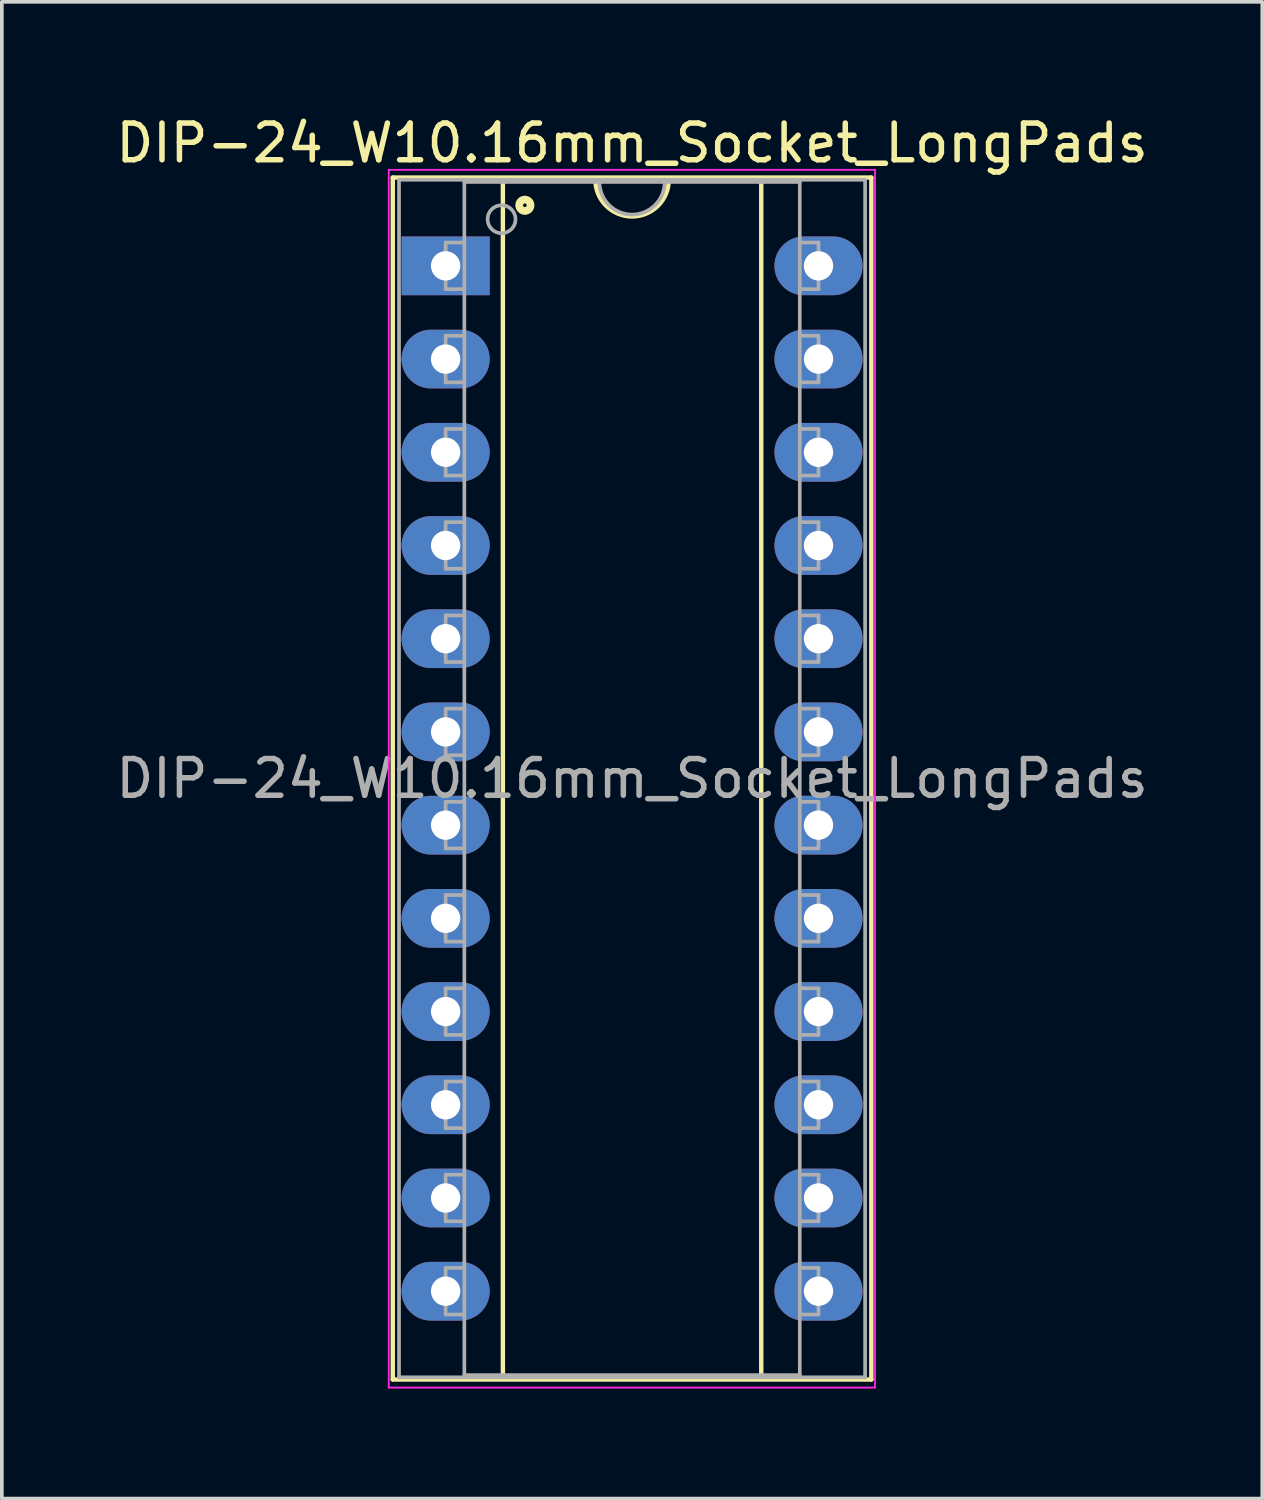
<source format=kicad_pcb>
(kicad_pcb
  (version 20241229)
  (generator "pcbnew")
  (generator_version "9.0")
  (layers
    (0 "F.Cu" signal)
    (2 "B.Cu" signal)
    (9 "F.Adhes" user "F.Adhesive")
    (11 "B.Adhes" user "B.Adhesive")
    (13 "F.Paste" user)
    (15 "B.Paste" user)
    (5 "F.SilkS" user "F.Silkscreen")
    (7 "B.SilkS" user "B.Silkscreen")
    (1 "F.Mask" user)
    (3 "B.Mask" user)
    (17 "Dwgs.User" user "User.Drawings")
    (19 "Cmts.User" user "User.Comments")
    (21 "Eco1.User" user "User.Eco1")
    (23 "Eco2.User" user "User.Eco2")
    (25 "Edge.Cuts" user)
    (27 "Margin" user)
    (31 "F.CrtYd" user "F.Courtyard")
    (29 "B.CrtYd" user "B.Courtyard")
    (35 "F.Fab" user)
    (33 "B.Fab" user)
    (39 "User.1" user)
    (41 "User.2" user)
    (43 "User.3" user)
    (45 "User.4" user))
  (footprint "DIP-24_W10.16mm_Socket_LongPads"
    (layer "F.Cu")
    (at 9.093 4.194)
    (property "Reference" "DIP-24_W10.16mm_Socket_LongPads" (at 5.08 -3.346 0) (layer "F.SilkS") (effects (font (size 1 1) (thickness 0.15))))
    (attr through_hole)
    (fp_line (start -1.44 -2.406) (end -1.44 30.346) (stroke (width 0.12) (type solid)) (layer "F.SilkS"))
    (fp_line (start -1.44 30.346) (end 11.6 30.346) (stroke (width 0.12) (type solid)) (layer "F.SilkS"))
    (fp_line (start 1.56 -2.346) (end 1.56 30.286) (stroke (width 0.12) (type solid)) (layer "F.SilkS"))
    (fp_line (start 1.56 30.286) (end 8.6 30.286) (stroke (width 0.12) (type solid)) (layer "F.SilkS"))
    (fp_line (start 4.08 -2.346) (end 1.56 -2.346) (stroke (width 0.12) (type solid)) (layer "F.SilkS"))
    (fp_line (start 8.6 -2.346) (end 6.08 -2.346) (stroke (width 0.12) (type solid)) (layer "F.SilkS"))
    (fp_line (start 8.6 30.286) (end 8.6 -2.346) (stroke (width 0.12) (type solid)) (layer "F.SilkS"))
    (fp_line (start 11.6 -2.406) (end -1.44 -2.406) (stroke (width 0.12) (type solid)) (layer "F.SilkS"))
    (fp_line (start 11.6 30.346) (end 11.6 -2.406) (stroke (width 0.12) (type solid)) (layer "F.SilkS"))
    (fp_arc (start 6.08 -2.346) (mid 5.08 -1.346) (end 4.08 -2.346) (stroke (width 0.12) (type solid)) (layer "F.SilkS"))
    (fp_circle (center 2.159 -1.651) (end 2.209 -1.651) (stroke (width 0.12) (type solid)) (fill no) (layer "F.SilkS"))
    (fp_circle (center 2.159 -1.651) (end 2.284 -1.651) (stroke (width 0.12) (type solid)) (fill no) (layer "F.SilkS"))
    (fp_circle (center 2.159 -1.651) (end 2.359 -1.651) (stroke (width 0.12) (type solid)) (fill no) (layer "F.SilkS"))
    (fp_line (start -1.55 -2.616) (end -1.55 30.566) (stroke (width 0.05) (type solid)) (layer "F.CrtYd"))
    (fp_line (start -1.55 30.566) (end 11.7 30.566) (stroke (width 0.05) (type solid)) (layer "F.CrtYd"))
    (fp_line (start 11.7 -2.616) (end -1.55 -2.616) (stroke (width 0.05) (type solid)) (layer "F.CrtYd"))
    (fp_line (start 11.7 30.566) (end 11.7 -2.616) (stroke (width 0.05) (type solid)) (layer "F.CrtYd"))
    (fp_line (start -1.27 -2.346) (end -1.27 30.286) (stroke (width 0.1) (type solid)) (layer "F.Fab"))
    (fp_line (start -1.27 30.286) (end 11.43 30.286) (stroke (width 0.1) (type solid)) (layer "F.Fab"))
    (fp_line (start 0 -0.635) (end 0 0.635) (stroke (width 0.1) (type solid)) (layer "F.Fab"))
    (fp_line (start 0 -0.635) (end 0.508 -0.635) (stroke (width 0.1) (type solid)) (layer "F.Fab"))
    (fp_line (start 0 0.635) (end 0.508 0.635) (stroke (width 0.1) (type solid)) (layer "F.Fab"))
    (fp_line (start 0 1.905) (end 0 3.175) (stroke (width 0.1) (type solid)) (layer "F.Fab"))
    (fp_line (start 0 1.905) (end 0.508 1.905) (stroke (width 0.1) (type solid)) (layer "F.Fab"))
    (fp_line (start 0 3.175) (end 0.508 3.175) (stroke (width 0.1) (type solid)) (layer "F.Fab"))
    (fp_line (start 0 4.445) (end 0 5.715) (stroke (width 0.1) (type solid)) (layer "F.Fab"))
    (fp_line (start 0 4.445) (end 0.508 4.445) (stroke (width 0.1) (type solid)) (layer "F.Fab"))
    (fp_line (start 0 5.715) (end 0.508 5.715) (stroke (width 0.1) (type solid)) (layer "F.Fab"))
    (fp_line (start 0 6.985) (end 0 8.255) (stroke (width 0.1) (type solid)) (layer "F.Fab"))
    (fp_line (start 0 6.985) (end 0.508 6.985) (stroke (width 0.1) (type solid)) (layer "F.Fab"))
    (fp_line (start 0 8.255) (end 0.508 8.255) (stroke (width 0.1) (type solid)) (layer "F.Fab"))
    (fp_line (start 0 9.525) (end 0 10.795) (stroke (width 0.1) (type solid)) (layer "F.Fab"))
    (fp_line (start 0 9.525) (end 0.508 9.525) (stroke (width 0.1) (type solid)) (layer "F.Fab"))
    (fp_line (start 0 10.795) (end 0.508 10.795) (stroke (width 0.1) (type solid)) (layer "F.Fab"))
    (fp_line (start 0 12.065) (end 0 13.335) (stroke (width 0.1) (type solid)) (layer "F.Fab"))
    (fp_line (start 0 12.065) (end 0.508 12.065) (stroke (width 0.1) (type solid)) (layer "F.Fab"))
    (fp_line (start 0 13.335) (end 0.508 13.335) (stroke (width 0.1) (type solid)) (layer "F.Fab"))
    (fp_line (start 0 14.605) (end 0 15.875) (stroke (width 0.1) (type solid)) (layer "F.Fab"))
    (fp_line (start 0 14.605) (end 0.508 14.605) (stroke (width 0.1) (type solid)) (layer "F.Fab"))
    (fp_line (start 0 15.875) (end 0.508 15.875) (stroke (width 0.1) (type solid)) (layer "F.Fab"))
    (fp_line (start 0 17.145) (end 0 18.415) (stroke (width 0.1) (type solid)) (layer "F.Fab"))
    (fp_line (start 0 17.145) (end 0.508 17.145) (stroke (width 0.1) (type solid)) (layer "F.Fab"))
    (fp_line (start 0 18.415) (end 0.508 18.415) (stroke (width 0.1) (type solid)) (layer "F.Fab"))
    (fp_line (start 0 19.685) (end 0 20.955) (stroke (width 0.1) (type solid)) (layer "F.Fab"))
    (fp_line (start 0 19.685) (end 0.508 19.685) (stroke (width 0.1) (type solid)) (layer "F.Fab"))
    (fp_line (start 0 20.955) (end 0.508 20.955) (stroke (width 0.1) (type solid)) (layer "F.Fab"))
    (fp_line (start 0 22.225) (end 0 23.495) (stroke (width 0.1) (type solid)) (layer "F.Fab"))
    (fp_line (start 0 22.225) (end 0.508 22.225) (stroke (width 0.1) (type solid)) (layer "F.Fab"))
    (fp_line (start 0 23.495) (end 0.508 23.495) (stroke (width 0.1) (type solid)) (layer "F.Fab"))
    (fp_line (start 0 24.765) (end 0 26.035) (stroke (width 0.1) (type solid)) (layer "F.Fab"))
    (fp_line (start 0 24.765) (end 0.508 24.765) (stroke (width 0.1) (type solid)) (layer "F.Fab"))
    (fp_line (start 0 26.035) (end 0.508 26.035) (stroke (width 0.1) (type solid)) (layer "F.Fab"))
    (fp_line (start 0 27.305) (end 0 28.575) (stroke (width 0.1) (type solid)) (layer "F.Fab"))
    (fp_line (start 0 27.305) (end 0.508 27.305) (stroke (width 0.1) (type solid)) (layer "F.Fab"))
    (fp_line (start 0 28.575) (end 0.508 28.575) (stroke (width 0.1) (type solid)) (layer "F.Fab"))
    (fp_line (start 0.51 -2.286) (end 9.65 -2.286) (stroke (width 0.1) (type solid)) (layer "F.Fab"))
    (fp_line (start 0.51 30.226) (end 0.51 -2.286) (stroke (width 0.1) (type solid)) (layer "F.Fab"))
    (fp_line (start 9.65 -2.286) (end 9.65 30.226) (stroke (width 0.1) (type solid)) (layer "F.Fab"))
    (fp_line (start 9.65 30.226) (end 0.51 30.226) (stroke (width 0.1) (type solid)) (layer "F.Fab"))
    (fp_line (start 10.16 -0.635) (end 9.652 -0.635) (stroke (width 0.1) (type solid)) (layer "F.Fab"))
    (fp_line (start 10.16 0.635) (end 9.652 0.635) (stroke (width 0.1) (type solid)) (layer "F.Fab"))
    (fp_line (start 10.16 0.635) (end 10.16 -0.635) (stroke (width 0.1) (type solid)) (layer "F.Fab"))
    (fp_line (start 10.16 1.905) (end 9.652 1.905) (stroke (width 0.1) (type solid)) (layer "F.Fab"))
    (fp_line (start 10.16 3.175) (end 9.652 3.175) (stroke (width 0.1) (type solid)) (layer "F.Fab"))
    (fp_line (start 10.16 3.175) (end 10.16 1.905) (stroke (width 0.1) (type solid)) (layer "F.Fab"))
    (fp_line (start 10.16 4.445) (end 9.652 4.445) (stroke (width 0.1) (type solid)) (layer "F.Fab"))
    (fp_line (start 10.16 5.715) (end 9.652 5.715) (stroke (width 0.1) (type solid)) (layer "F.Fab"))
    (fp_line (start 10.16 5.715) (end 10.16 4.445) (stroke (width 0.1) (type solid)) (layer "F.Fab"))
    (fp_line (start 10.16 6.985) (end 9.652 6.985) (stroke (width 0.1) (type solid)) (layer "F.Fab"))
    (fp_line (start 10.16 8.255) (end 9.652 8.255) (stroke (width 0.1) (type solid)) (layer "F.Fab"))
    (fp_line (start 10.16 8.255) (end 10.16 6.985) (stroke (width 0.1) (type solid)) (layer "F.Fab"))
    (fp_line (start 10.16 9.525) (end 9.652 9.525) (stroke (width 0.1) (type solid)) (layer "F.Fab"))
    (fp_line (start 10.16 10.795) (end 9.652 10.795) (stroke (width 0.1) (type solid)) (layer "F.Fab"))
    (fp_line (start 10.16 10.795) (end 10.16 9.525) (stroke (width 0.1) (type solid)) (layer "F.Fab"))
    (fp_line (start 10.16 12.065) (end 9.652 12.065) (stroke (width 0.1) (type solid)) (layer "F.Fab"))
    (fp_line (start 10.16 13.335) (end 9.652 13.335) (stroke (width 0.1) (type solid)) (layer "F.Fab"))
    (fp_line (start 10.16 13.335) (end 10.16 12.065) (stroke (width 0.1) (type solid)) (layer "F.Fab"))
    (fp_line (start 10.16 14.605) (end 9.652 14.605) (stroke (width 0.1) (type solid)) (layer "F.Fab"))
    (fp_line (start 10.16 15.875) (end 9.652 15.875) (stroke (width 0.1) (type solid)) (layer "F.Fab"))
    (fp_line (start 10.16 15.875) (end 10.16 14.605) (stroke (width 0.1) (type solid)) (layer "F.Fab"))
    (fp_line (start 10.16 17.145) (end 9.652 17.145) (stroke (width 0.1) (type solid)) (layer "F.Fab"))
    (fp_line (start 10.16 18.415) (end 9.652 18.415) (stroke (width 0.1) (type solid)) (layer "F.Fab"))
    (fp_line (start 10.16 18.415) (end 10.16 17.145) (stroke (width 0.1) (type solid)) (layer "F.Fab"))
    (fp_line (start 10.16 19.685) (end 9.652 19.685) (stroke (width 0.1) (type solid)) (layer "F.Fab"))
    (fp_line (start 10.16 20.955) (end 9.652 20.955) (stroke (width 0.1) (type solid)) (layer "F.Fab"))
    (fp_line (start 10.16 20.955) (end 10.16 19.685) (stroke (width 0.1) (type solid)) (layer "F.Fab"))
    (fp_line (start 10.16 22.225) (end 9.652 22.225) (stroke (width 0.1) (type solid)) (layer "F.Fab"))
    (fp_line (start 10.16 23.495) (end 9.652 23.495) (stroke (width 0.1) (type solid)) (layer "F.Fab"))
    (fp_line (start 10.16 23.495) (end 10.16 22.225) (stroke (width 0.1) (type solid)) (layer "F.Fab"))
    (fp_line (start 10.16 24.765) (end 9.652 24.765) (stroke (width 0.1) (type solid)) (layer "F.Fab"))
    (fp_line (start 10.16 26.035) (end 9.652 26.035) (stroke (width 0.1) (type solid)) (layer "F.Fab"))
    (fp_line (start 10.16 26.035) (end 10.16 24.765) (stroke (width 0.1) (type solid)) (layer "F.Fab"))
    (fp_line (start 10.16 27.305) (end 9.652 27.305) (stroke (width 0.1) (type solid)) (layer "F.Fab"))
    (fp_line (start 10.16 28.575) (end 9.652 28.575) (stroke (width 0.1) (type solid)) (layer "F.Fab"))
    (fp_line (start 10.16 28.575) (end 10.16 27.305) (stroke (width 0.1) (type solid)) (layer "F.Fab"))
    (fp_line (start 11.43 -2.346) (end -1.27 -2.346) (stroke (width 0.1) (type solid)) (layer "F.Fab"))
    (fp_line (start 11.43 30.286) (end 11.43 -2.346) (stroke (width 0.1) (type solid)) (layer "F.Fab"))
    (fp_arc (start 5.969 -2.286) (mid 5.08 -1.397) (end 4.191 -2.286) (stroke (width 0.1) (type solid)) (layer "F.Fab"))
    (fp_circle (center 1.524 -1.27) (end 1.905 -1.27) (stroke (width 0.1) (type solid)) (fill no) (layer "F.Fab"))
    (fp_text user "${REFERENCE}" (at 5.08 13.97 0) (layer "F.Fab") (effects (font (size 1 1) (thickness 0.15))))
    (pad "1" thru_hole rect (at 0 0) (size 2.4 1.6) (drill 0.8) (layers "*.Cu" "*.Mask"))
    (pad "2" thru_hole oval (at 0 2.54) (size 2.4 1.6) (drill 0.8) (layers "*.Cu" "*.Mask"))
    (pad "3" thru_hole oval (at 0 5.08) (size 2.4 1.6) (drill 0.8) (layers "*.Cu" "*.Mask"))
    (pad "4" thru_hole oval (at 0 7.62) (size 2.4 1.6) (drill 0.8) (layers "*.Cu" "*.Mask"))
    (pad "5" thru_hole oval (at 0 10.16) (size 2.4 1.6) (drill 0.8) (layers "*.Cu" "*.Mask"))
    (pad "6" thru_hole oval (at 0 12.7) (size 2.4 1.6) (drill 0.8) (layers "*.Cu" "*.Mask"))
    (pad "7" thru_hole oval (at 0 15.24) (size 2.4 1.6) (drill 0.8) (layers "*.Cu" "*.Mask"))
    (pad "8" thru_hole oval (at 0 17.78) (size 2.4 1.6) (drill 0.8) (layers "*.Cu" "*.Mask"))
    (pad "9" thru_hole oval (at 0 20.32) (size 2.4 1.6) (drill 0.8) (layers "*.Cu" "*.Mask"))
    (pad "10" thru_hole oval (at 0 22.86) (size 2.4 1.6) (drill 0.8) (layers "*.Cu" "*.Mask"))
    (pad "11" thru_hole oval (at 0 25.4) (size 2.4 1.6) (drill 0.8) (layers "*.Cu" "*.Mask"))
    (pad "12" thru_hole oval (at 0 27.94) (size 2.4 1.6) (drill 0.8) (layers "*.Cu" "*.Mask"))
    (pad "13" thru_hole oval (at 10.16 27.94) (size 2.4 1.6) (drill 0.8) (layers "*.Cu" "*.Mask"))
    (pad "14" thru_hole oval (at 10.16 25.4) (size 2.4 1.6) (drill 0.8) (layers "*.Cu" "*.Mask"))
    (pad "15" thru_hole oval (at 10.16 22.86) (size 2.4 1.6) (drill 0.8) (layers "*.Cu" "*.Mask"))
    (pad "16" thru_hole oval (at 10.16 20.32) (size 2.4 1.6) (drill 0.8) (layers "*.Cu" "*.Mask"))
    (pad "17" thru_hole oval (at 10.16 17.78) (size 2.4 1.6) (drill 0.8) (layers "*.Cu" "*.Mask"))
    (pad "18" thru_hole oval (at 10.16 15.24) (size 2.4 1.6) (drill 0.8) (layers "*.Cu" "*.Mask"))
    (pad "19" thru_hole oval (at 10.16 12.7) (size 2.4 1.6) (drill 0.8) (layers "*.Cu" "*.Mask"))
    (pad "20" thru_hole oval (at 10.16 10.16) (size 2.4 1.6) (drill 0.8) (layers "*.Cu" "*.Mask"))
    (pad "21" thru_hole oval (at 10.16 7.62) (size 2.4 1.6) (drill 0.8) (layers "*.Cu" "*.Mask"))
    (pad "22" thru_hole oval (at 10.16 5.08) (size 2.4 1.6) (drill 0.8) (layers "*.Cu" "*.Mask"))
    (pad "23" thru_hole oval (at 10.16 2.54) (size 2.4 1.6) (drill 0.8) (layers "*.Cu" "*.Mask"))
    (pad "24" thru_hole oval (at 10.16 0) (size 2.4 1.6) (drill 0.8) (layers "*.Cu" "*.Mask")))
  (gr_rect
    (start -3 -3)
    (end 31.345 37.785)
    (stroke (width 0.1) (type default))
    (fill no)
    (layer "Edge.Cuts")))
</source>
